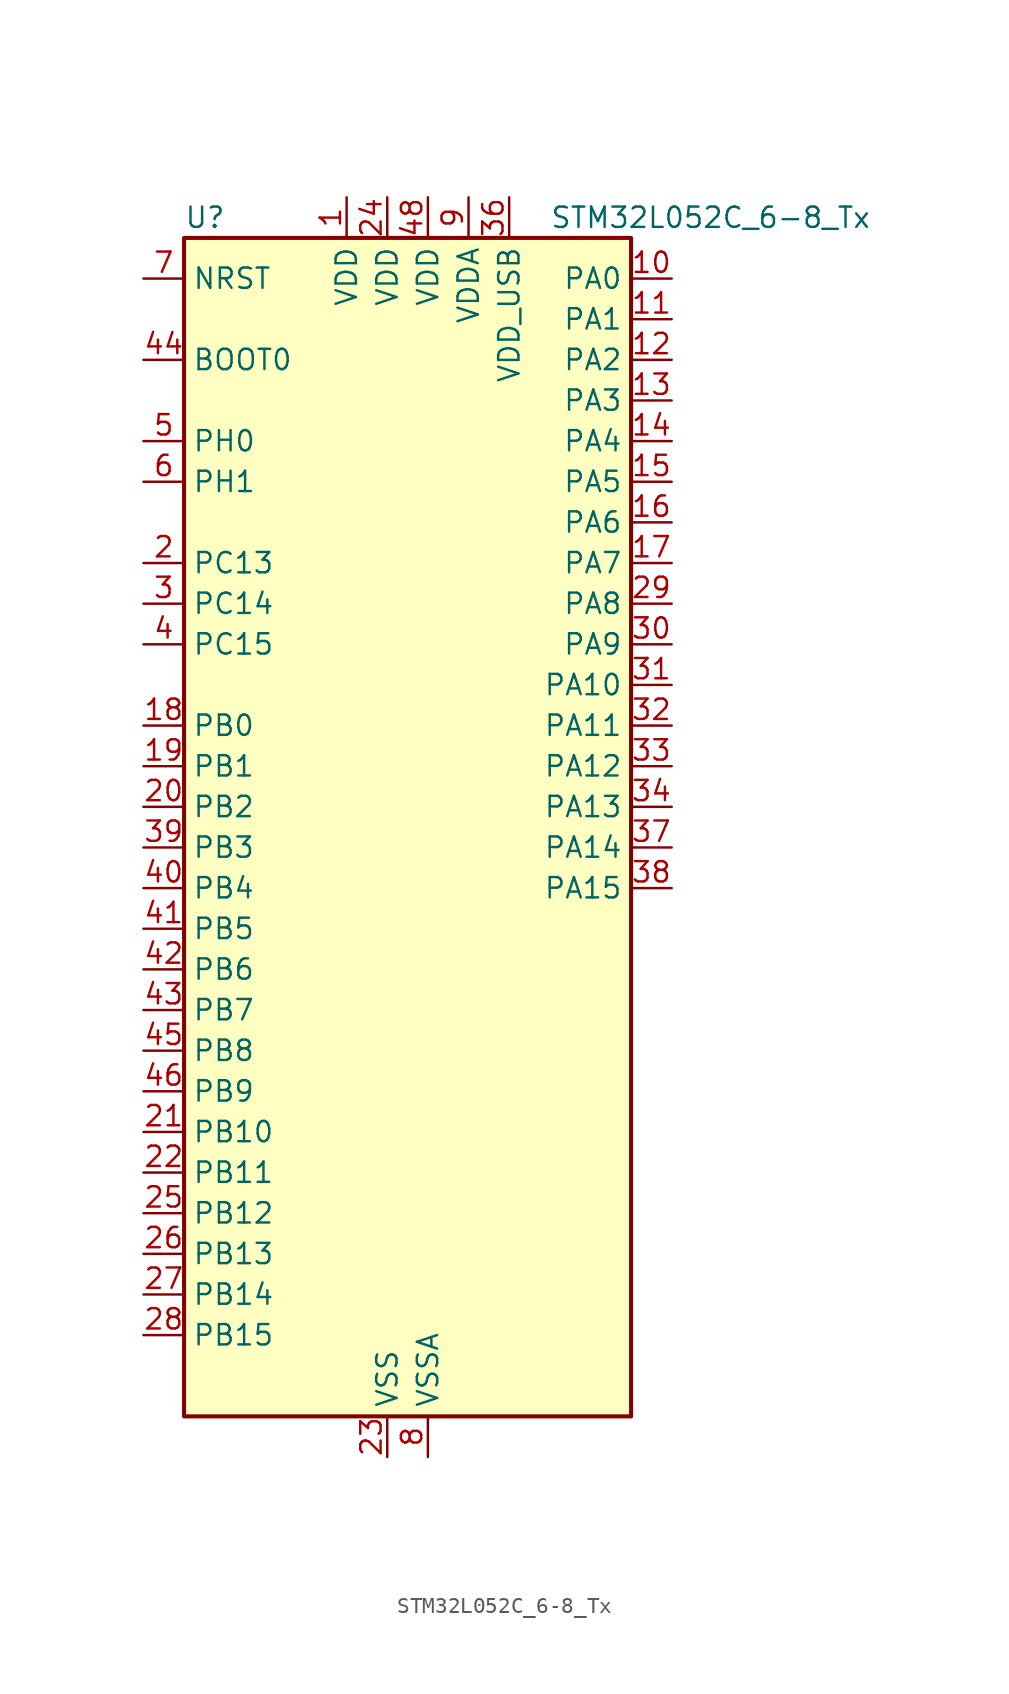
<source format=kicad_sym>
(kicad_symbol_lib
  (version 20231120)
  (generator "kicad_symbol_editor")
  (generator_version "8.0")
  (symbol "STM32L052C_6-8_Tx"
    (property "Reference" "U"
      (at -12.7 39.37 0)
      (effects (font (size 1.27 1.27)) (justify left)))
    (property "Value" "STM32L052C_6-8_Tx"
      (at 10.16 39.37 0)
      (effects (font (size 1.27 1.27)) (justify left)))
    (property "ki_locked" ""
      (at 0 0 0)
      (effects (font (size 1.27 1.27))))
    (symbol "STM32L052C_6-8_Tx_0_1"
      (rectangle (start -12.7 -35.56) (end 15.24 38.1) (stroke (width 0.254) (type default)) (fill (type background))))
    (symbol "STM32L052C_6-8_Tx_1_1"
      (pin power_in line (at -2.54 40.64 270) (length 2.54) (name "VDD" (effects (font (size 1.27 1.27)))) (number "1" (effects (font (size 1.27 1.27)))))
      (pin bidirectional line (at 17.78 35.56 180) (length 2.54) (name "PA0" (effects (font (size 1.27 1.27)))) (number "10" (effects (font (size 1.27 1.27)))) (alternate "ADC_IN0" bidirectional line) (alternate "COMP1_INM" bidirectional line) (alternate "COMP1_OUT" bidirectional line) (alternate "RTC_TAMP2" bidirectional line) (alternate "SYS_WKUP1" bidirectional line) (alternate "TIM2_CH1" bidirectional line) (alternate "TIM2_ETR" bidirectional line) (alternate "TSC_G1_IO1" bidirectional line) (alternate "USART2_CTS" bidirectional line))
      (pin bidirectional line (at 17.78 33.02 180) (length 2.54) (name "PA1" (effects (font (size 1.27 1.27)))) (number "11" (effects (font (size 1.27 1.27)))) (alternate "ADC_IN1" bidirectional line) (alternate "COMP1_INP" bidirectional line) (alternate "TIM21_ETR" bidirectional line) (alternate "TIM2_CH2" bidirectional line) (alternate "TSC_G1_IO2" bidirectional line) (alternate "USART2_DE" bidirectional line) (alternate "USART2_RTS" bidirectional line))
      (pin bidirectional line (at 17.78 30.48 180) (length 2.54) (name "PA2" (effects (font (size 1.27 1.27)))) (number "12" (effects (font (size 1.27 1.27)))) (alternate "ADC_IN2" bidirectional line) (alternate "COMP2_INM" bidirectional line) (alternate "COMP2_OUT" bidirectional line) (alternate "TIM21_CH1" bidirectional line) (alternate "TIM2_CH3" bidirectional line) (alternate "TSC_G1_IO3" bidirectional line) (alternate "USART2_TX" bidirectional line))
      (pin bidirectional line (at 17.78 27.94 180) (length 2.54) (name "PA3" (effects (font (size 1.27 1.27)))) (number "13" (effects (font (size 1.27 1.27)))) (alternate "ADC_IN3" bidirectional line) (alternate "COMP2_INP" bidirectional line) (alternate "TIM21_CH2" bidirectional line) (alternate "TIM2_CH4" bidirectional line) (alternate "TSC_G1_IO4" bidirectional line) (alternate "USART2_RX" bidirectional line))
      (pin bidirectional line (at 17.78 25.4 180) (length 2.54) (name "PA4" (effects (font (size 1.27 1.27)))) (number "14" (effects (font (size 1.27 1.27)))) (alternate "ADC_IN4" bidirectional line) (alternate "COMP1_INM" bidirectional line) (alternate "COMP2_INM" bidirectional line) (alternate "DAC_OUT1" bidirectional line) (alternate "SPI1_NSS" bidirectional line) (alternate "TIM22_ETR" bidirectional line) (alternate "TSC_G2_IO1" bidirectional line) (alternate "USART2_CK" bidirectional line))
      (pin bidirectional line (at 17.78 22.86 180) (length 2.54) (name "PA5" (effects (font (size 1.27 1.27)))) (number "15" (effects (font (size 1.27 1.27)))) (alternate "ADC_IN5" bidirectional line) (alternate "COMP1_INM" bidirectional line) (alternate "COMP2_INM" bidirectional line) (alternate "SPI1_SCK" bidirectional line) (alternate "TIM2_CH1" bidirectional line) (alternate "TIM2_ETR" bidirectional line) (alternate "TSC_G2_IO2" bidirectional line))
      (pin bidirectional line (at 17.78 20.32 180) (length 2.54) (name "PA6" (effects (font (size 1.27 1.27)))) (number "16" (effects (font (size 1.27 1.27)))) (alternate "ADC_IN6" bidirectional line) (alternate "COMP1_OUT" bidirectional line) (alternate "LPUART1_CTS" bidirectional line) (alternate "SPI1_MISO" bidirectional line) (alternate "TIM22_CH1" bidirectional line) (alternate "TSC_G2_IO3" bidirectional line))
      (pin bidirectional line (at 17.78 17.78 180) (length 2.54) (name "PA7" (effects (font (size 1.27 1.27)))) (number "17" (effects (font (size 1.27 1.27)))) (alternate "ADC_IN7" bidirectional line) (alternate "COMP2_OUT" bidirectional line) (alternate "SPI1_MOSI" bidirectional line) (alternate "TIM22_CH2" bidirectional line) (alternate "TSC_G2_IO4" bidirectional line))
      (pin bidirectional line (at -15.24 7.62 0) (length 2.54) (name "PB0" (effects (font (size 1.27 1.27)))) (number "18" (effects (font (size 1.27 1.27)))) (alternate "ADC_IN8" bidirectional line) (alternate "SYS_VREF_OUT_PB0" bidirectional line) (alternate "TSC_G3_IO2" bidirectional line))
      (pin bidirectional line (at -15.24 5.08 0) (length 2.54) (name "PB1" (effects (font (size 1.27 1.27)))) (number "19" (effects (font (size 1.27 1.27)))) (alternate "ADC_IN9" bidirectional line) (alternate "LPUART1_DE" bidirectional line) (alternate "LPUART1_RTS" bidirectional line) (alternate "SYS_VREF_OUT_PB1" bidirectional line) (alternate "TSC_G3_IO3" bidirectional line))
      (pin bidirectional line (at -15.24 17.78 0) (length 2.54) (name "PC13" (effects (font (size 1.27 1.27)))) (number "2" (effects (font (size 1.27 1.27)))) (alternate "RTC_OUT_ALARM" bidirectional line) (alternate "RTC_OUT_CALIB" bidirectional line) (alternate "RTC_TAMP1" bidirectional line) (alternate "RTC_TS" bidirectional line) (alternate "SYS_WKUP2" bidirectional line))
      (pin bidirectional line (at -15.24 2.54 0) (length 2.54) (name "PB2" (effects (font (size 1.27 1.27)))) (number "20" (effects (font (size 1.27 1.27)))) (alternate "LPTIM1_OUT" bidirectional line) (alternate "TSC_G3_IO4" bidirectional line))
      (pin bidirectional line (at -15.24 -17.78 0) (length 2.54) (name "PB10" (effects (font (size 1.27 1.27)))) (number "21" (effects (font (size 1.27 1.27)))) (alternate "I2C2_SCL" bidirectional line) (alternate "LPUART1_TX" bidirectional line) (alternate "SPI2_SCK" bidirectional line) (alternate "TIM2_CH3" bidirectional line) (alternate "TSC_SYNC" bidirectional line))
      (pin bidirectional line (at -15.24 -20.32 0) (length 2.54) (name "PB11" (effects (font (size 1.27 1.27)))) (number "22" (effects (font (size 1.27 1.27)))) (alternate "ADC_EXTI11" bidirectional line) (alternate "I2C2_SDA" bidirectional line) (alternate "LPUART1_RX" bidirectional line) (alternate "TIM2_CH4" bidirectional line) (alternate "TSC_G6_IO1" bidirectional line))
      (pin power_in line (at 0 -38.1 90) (length 2.54) (name "VSS" (effects (font (size 1.27 1.27)))) (number "23" (effects (font (size 1.27 1.27)))))
      (pin power_in line (at 0 40.64 270) (length 2.54) (name "VDD" (effects (font (size 1.27 1.27)))) (number "24" (effects (font (size 1.27 1.27)))))
      (pin bidirectional line (at -15.24 -22.86 0) (length 2.54) (name "PB12" (effects (font (size 1.27 1.27)))) (number "25" (effects (font (size 1.27 1.27)))) (alternate "I2S2_WS" bidirectional line) (alternate "LPUART1_DE" bidirectional line) (alternate "LPUART1_RTS" bidirectional line) (alternate "SPI2_NSS" bidirectional line) (alternate "TSC_G6_IO2" bidirectional line))
      (pin bidirectional line (at -15.24 -25.4 0) (length 2.54) (name "PB13" (effects (font (size 1.27 1.27)))) (number "26" (effects (font (size 1.27 1.27)))) (alternate "I2C2_SCL" bidirectional line) (alternate "I2S2_CK" bidirectional line) (alternate "LPUART1_CTS" bidirectional line) (alternate "SPI2_SCK" bidirectional line) (alternate "TIM21_CH1" bidirectional line) (alternate "TSC_G6_IO3" bidirectional line))
      (pin bidirectional line (at -15.24 -27.94 0) (length 2.54) (name "PB14" (effects (font (size 1.27 1.27)))) (number "27" (effects (font (size 1.27 1.27)))) (alternate "I2C2_SDA" bidirectional line) (alternate "I2S2_MCK" bidirectional line) (alternate "LPUART1_DE" bidirectional line) (alternate "LPUART1_RTS" bidirectional line) (alternate "RTC_OUT_ALARM" bidirectional line) (alternate "RTC_OUT_CALIB" bidirectional line) (alternate "SPI2_MISO" bidirectional line) (alternate "TIM21_CH2" bidirectional line) (alternate "TSC_G6_IO4" bidirectional line))
      (pin bidirectional line (at -15.24 -30.48 0) (length 2.54) (name "PB15" (effects (font (size 1.27 1.27)))) (number "28" (effects (font (size 1.27 1.27)))) (alternate "I2S2_SD" bidirectional line) (alternate "RTC_REFIN" bidirectional line) (alternate "SPI2_MOSI" bidirectional line))
      (pin bidirectional line (at 17.78 15.24 180) (length 2.54) (name "PA8" (effects (font (size 1.27 1.27)))) (number "29" (effects (font (size 1.27 1.27)))) (alternate "CRS_SYNC" bidirectional line) (alternate "RCC_MCO" bidirectional line) (alternate "USART1_CK" bidirectional line))
      (pin bidirectional line (at -15.24 15.24 0) (length 2.54) (name "PC14" (effects (font (size 1.27 1.27)))) (number "3" (effects (font (size 1.27 1.27)))) (alternate "RCC_OSC32_IN" bidirectional line))
      (pin bidirectional line (at 17.78 12.7 180) (length 2.54) (name "PA9" (effects (font (size 1.27 1.27)))) (number "30" (effects (font (size 1.27 1.27)))) (alternate "DAC_EXTI9" bidirectional line) (alternate "RCC_MCO" bidirectional line) (alternate "TSC_G4_IO1" bidirectional line) (alternate "USART1_TX" bidirectional line))
      (pin bidirectional line (at 17.78 10.16 180) (length 2.54) (name "PA10" (effects (font (size 1.27 1.27)))) (number "31" (effects (font (size 1.27 1.27)))) (alternate "TSC_G4_IO2" bidirectional line) (alternate "USART1_RX" bidirectional line))
      (pin bidirectional line (at 17.78 7.62 180) (length 2.54) (name "PA11" (effects (font (size 1.27 1.27)))) (number "32" (effects (font (size 1.27 1.27)))) (alternate "ADC_EXTI11" bidirectional line) (alternate "COMP1_OUT" bidirectional line) (alternate "SPI1_MISO" bidirectional line) (alternate "TSC_G4_IO3" bidirectional line) (alternate "USART1_CTS" bidirectional line) (alternate "USB_DM" bidirectional line))
      (pin bidirectional line (at 17.78 5.08 180) (length 2.54) (name "PA12" (effects (font (size 1.27 1.27)))) (number "33" (effects (font (size 1.27 1.27)))) (alternate "COMP2_OUT" bidirectional line) (alternate "SPI1_MOSI" bidirectional line) (alternate "TSC_G4_IO4" bidirectional line) (alternate "USART1_DE" bidirectional line) (alternate "USART1_RTS" bidirectional line) (alternate "USB_DP" bidirectional line))
      (pin bidirectional line (at 17.78 2.54 180) (length 2.54) (name "PA13" (effects (font (size 1.27 1.27)))) (number "34" (effects (font (size 1.27 1.27)))) (alternate "SYS_SWDIO" bidirectional line) (alternate "USB_NOE" bidirectional line))
      (pin passive line (at 0 -38.1 90) (length 2.54) hide (name "VSS" (effects (font (size 1.27 1.27)))) (number "35" (effects (font (size 1.27 1.27)))))
      (pin power_in line (at 7.62 40.64 270) (length 2.54) (name "VDD_USB" (effects (font (size 1.27 1.27)))) (number "36" (effects (font (size 1.27 1.27)))))
      (pin bidirectional line (at 17.78 0 180) (length 2.54) (name "PA14" (effects (font (size 1.27 1.27)))) (number "37" (effects (font (size 1.27 1.27)))) (alternate "SYS_SWCLK" bidirectional line) (alternate "USART2_TX" bidirectional line))
      (pin bidirectional line (at 17.78 -2.54 180) (length 2.54) (name "PA15" (effects (font (size 1.27 1.27)))) (number "38" (effects (font (size 1.27 1.27)))) (alternate "SPI1_NSS" bidirectional line) (alternate "TIM2_CH1" bidirectional line) (alternate "TIM2_ETR" bidirectional line) (alternate "USART2_RX" bidirectional line))
      (pin bidirectional line (at -15.24 0 0) (length 2.54) (name "PB3" (effects (font (size 1.27 1.27)))) (number "39" (effects (font (size 1.27 1.27)))) (alternate "COMP2_INM" bidirectional line) (alternate "SPI1_SCK" bidirectional line) (alternate "TIM2_CH2" bidirectional line) (alternate "TSC_G5_IO1" bidirectional line))
      (pin bidirectional line (at -15.24 12.7 0) (length 2.54) (name "PC15" (effects (font (size 1.27 1.27)))) (number "4" (effects (font (size 1.27 1.27)))) (alternate "RCC_OSC32_OUT" bidirectional line))
      (pin bidirectional line (at -15.24 -2.54 0) (length 2.54) (name "PB4" (effects (font (size 1.27 1.27)))) (number "40" (effects (font (size 1.27 1.27)))) (alternate "COMP2_INP" bidirectional line) (alternate "SPI1_MISO" bidirectional line) (alternate "TIM22_CH1" bidirectional line) (alternate "TSC_G5_IO2" bidirectional line))
      (pin bidirectional line (at -15.24 -5.08 0) (length 2.54) (name "PB5" (effects (font (size 1.27 1.27)))) (number "41" (effects (font (size 1.27 1.27)))) (alternate "COMP2_INP" bidirectional line) (alternate "I2C1_SMBA" bidirectional line) (alternate "LPTIM1_IN1" bidirectional line) (alternate "SPI1_MOSI" bidirectional line) (alternate "TIM22_CH2" bidirectional line))
      (pin bidirectional line (at -15.24 -7.62 0) (length 2.54) (name "PB6" (effects (font (size 1.27 1.27)))) (number "42" (effects (font (size 1.27 1.27)))) (alternate "COMP2_INP" bidirectional line) (alternate "I2C1_SCL" bidirectional line) (alternate "LPTIM1_ETR" bidirectional line) (alternate "TSC_G5_IO3" bidirectional line) (alternate "USART1_TX" bidirectional line))
      (pin bidirectional line (at -15.24 -10.16 0) (length 2.54) (name "PB7" (effects (font (size 1.27 1.27)))) (number "43" (effects (font (size 1.27 1.27)))) (alternate "COMP2_INP" bidirectional line) (alternate "I2C1_SDA" bidirectional line) (alternate "LPTIM1_IN2" bidirectional line) (alternate "SYS_PVD_IN" bidirectional line) (alternate "TSC_G5_IO4" bidirectional line) (alternate "USART1_RX" bidirectional line))
      (pin input line (at -15.24 30.48 0) (length 2.54) (name "BOOT0" (effects (font (size 1.27 1.27)))) (number "44" (effects (font (size 1.27 1.27)))))
      (pin bidirectional line (at -15.24 -12.7 0) (length 2.54) (name "PB8" (effects (font (size 1.27 1.27)))) (number "45" (effects (font (size 1.27 1.27)))) (alternate "I2C1_SCL" bidirectional line) (alternate "TSC_SYNC" bidirectional line))
      (pin bidirectional line (at -15.24 -15.24 0) (length 2.54) (name "PB9" (effects (font (size 1.27 1.27)))) (number "46" (effects (font (size 1.27 1.27)))) (alternate "DAC_EXTI9" bidirectional line) (alternate "I2C1_SDA" bidirectional line) (alternate "I2S2_WS" bidirectional line) (alternate "SPI2_NSS" bidirectional line))
      (pin passive line (at 0 -38.1 90) (length 2.54) hide (name "VSS" (effects (font (size 1.27 1.27)))) (number "47" (effects (font (size 1.27 1.27)))))
      (pin power_in line (at 2.54 40.64 270) (length 2.54) (name "VDD" (effects (font (size 1.27 1.27)))) (number "48" (effects (font (size 1.27 1.27)))))
      (pin bidirectional line (at -15.24 25.4 0) (length 2.54) (name "PH0" (effects (font (size 1.27 1.27)))) (number "5" (effects (font (size 1.27 1.27)))) (alternate "CRS_SYNC" bidirectional line) (alternate "RCC_OSC_IN" bidirectional line))
      (pin bidirectional line (at -15.24 22.86 0) (length 2.54) (name "PH1" (effects (font (size 1.27 1.27)))) (number "6" (effects (font (size 1.27 1.27)))) (alternate "RCC_OSC_OUT" bidirectional line))
      (pin input line (at -15.24 35.56 0) (length 2.54) (name "NRST" (effects (font (size 1.27 1.27)))) (number "7" (effects (font (size 1.27 1.27)))))
      (pin power_in line (at 2.54 -38.1 90) (length 2.54) (name "VSSA" (effects (font (size 1.27 1.27)))) (number "8" (effects (font (size 1.27 1.27)))))
      (pin power_in line (at 5.08 40.64 270) (length 2.54) (name "VDDA" (effects (font (size 1.27 1.27)))) (number "9" (effects (font (size 1.27 1.27))))))))
</source>
